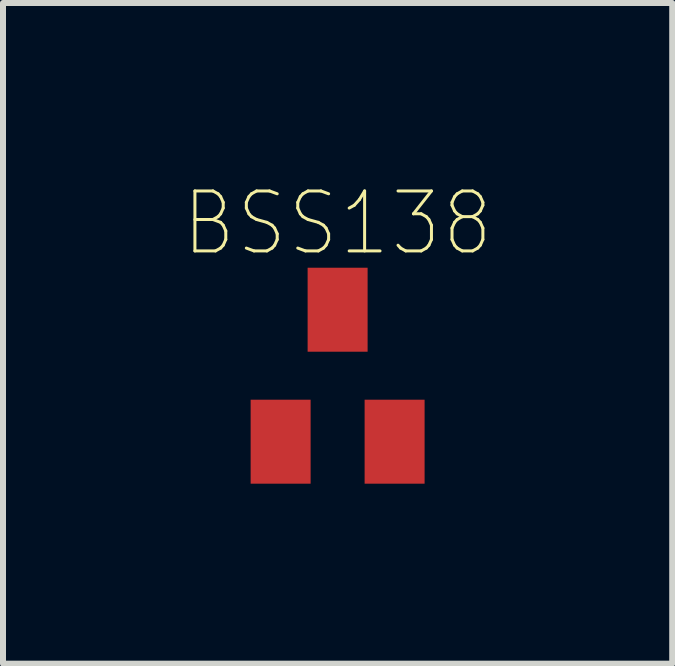
<source format=kicad_pcb>
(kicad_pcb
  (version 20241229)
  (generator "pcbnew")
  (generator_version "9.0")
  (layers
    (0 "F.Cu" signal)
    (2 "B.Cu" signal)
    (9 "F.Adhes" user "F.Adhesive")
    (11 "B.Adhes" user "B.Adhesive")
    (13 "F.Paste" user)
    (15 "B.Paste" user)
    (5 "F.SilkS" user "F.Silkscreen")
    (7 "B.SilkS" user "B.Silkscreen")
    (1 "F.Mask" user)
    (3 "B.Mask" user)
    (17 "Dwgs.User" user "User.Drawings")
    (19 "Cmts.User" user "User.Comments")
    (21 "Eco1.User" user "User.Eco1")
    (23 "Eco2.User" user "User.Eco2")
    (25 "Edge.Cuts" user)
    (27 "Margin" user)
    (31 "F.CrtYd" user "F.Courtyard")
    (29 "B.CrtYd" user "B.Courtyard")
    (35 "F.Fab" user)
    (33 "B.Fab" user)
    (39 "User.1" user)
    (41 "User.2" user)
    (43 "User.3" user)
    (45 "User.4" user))
  (footprint "BSS138"
    (layer "F.Cu")
    (at 2.578 3.213)
    (property "Reference" "BSS138" (at 0 -2.54 0) (layer "F.SilkS") (effects (font (size 1 0.9) (thickness 0.05))))
    (attr smd)
    (fp_line (start -1.422 -0.66) (end 1.422 -0.66) (stroke (width 0.152) (type solid)) (layer "Eco2.User"))
    (fp_line (start -1.422 0.66) (end -1.422 -0.66) (stroke (width 0.152) (type solid)) (layer "Eco2.User"))
    (fp_line (start 1.422 -0.66) (end 1.422 0.66) (stroke (width 0.152) (type solid)) (layer "Eco2.User"))
    (fp_line (start 1.422 0.66) (end -1.422 0.66) (stroke (width 0.152) (type solid)) (layer "Eco2.User"))
    (fp_poly (pts (xy -1.169 0.711) (xy -0.711 0.711) (xy -0.711 1.296) (xy -1.169 1.296)) (stroke (width 0.1) (type solid)) (fill no) (layer "Eco2.User"))
    (fp_poly (pts (xy 0.712 0.711) (xy 1.168 0.711) (xy 1.168 1.298) (xy 0.712 1.298)) (stroke (width 0.1) (type solid)) (fill no) (layer "Eco2.User"))
    (pad "D" smd rect (at 0 -1.1) (size 1 1.4) (layers "F.Cu" "F.Mask" "F.Paste"))
    (pad "G" smd rect (at -0.95 1.1) (size 1 1.4) (layers "F.Cu" "F.Mask" "F.Paste"))
    (pad "S" smd rect (at 0.95 1.1) (size 1 1.4) (layers "F.Cu" "F.Mask" "F.Paste")))
  (gr_rect
    (start -3 -3)
    (end 8.156 8.013)
    (stroke (width 0.1) (type default))
    (fill no)
    (layer "Edge.Cuts")))
</source>
